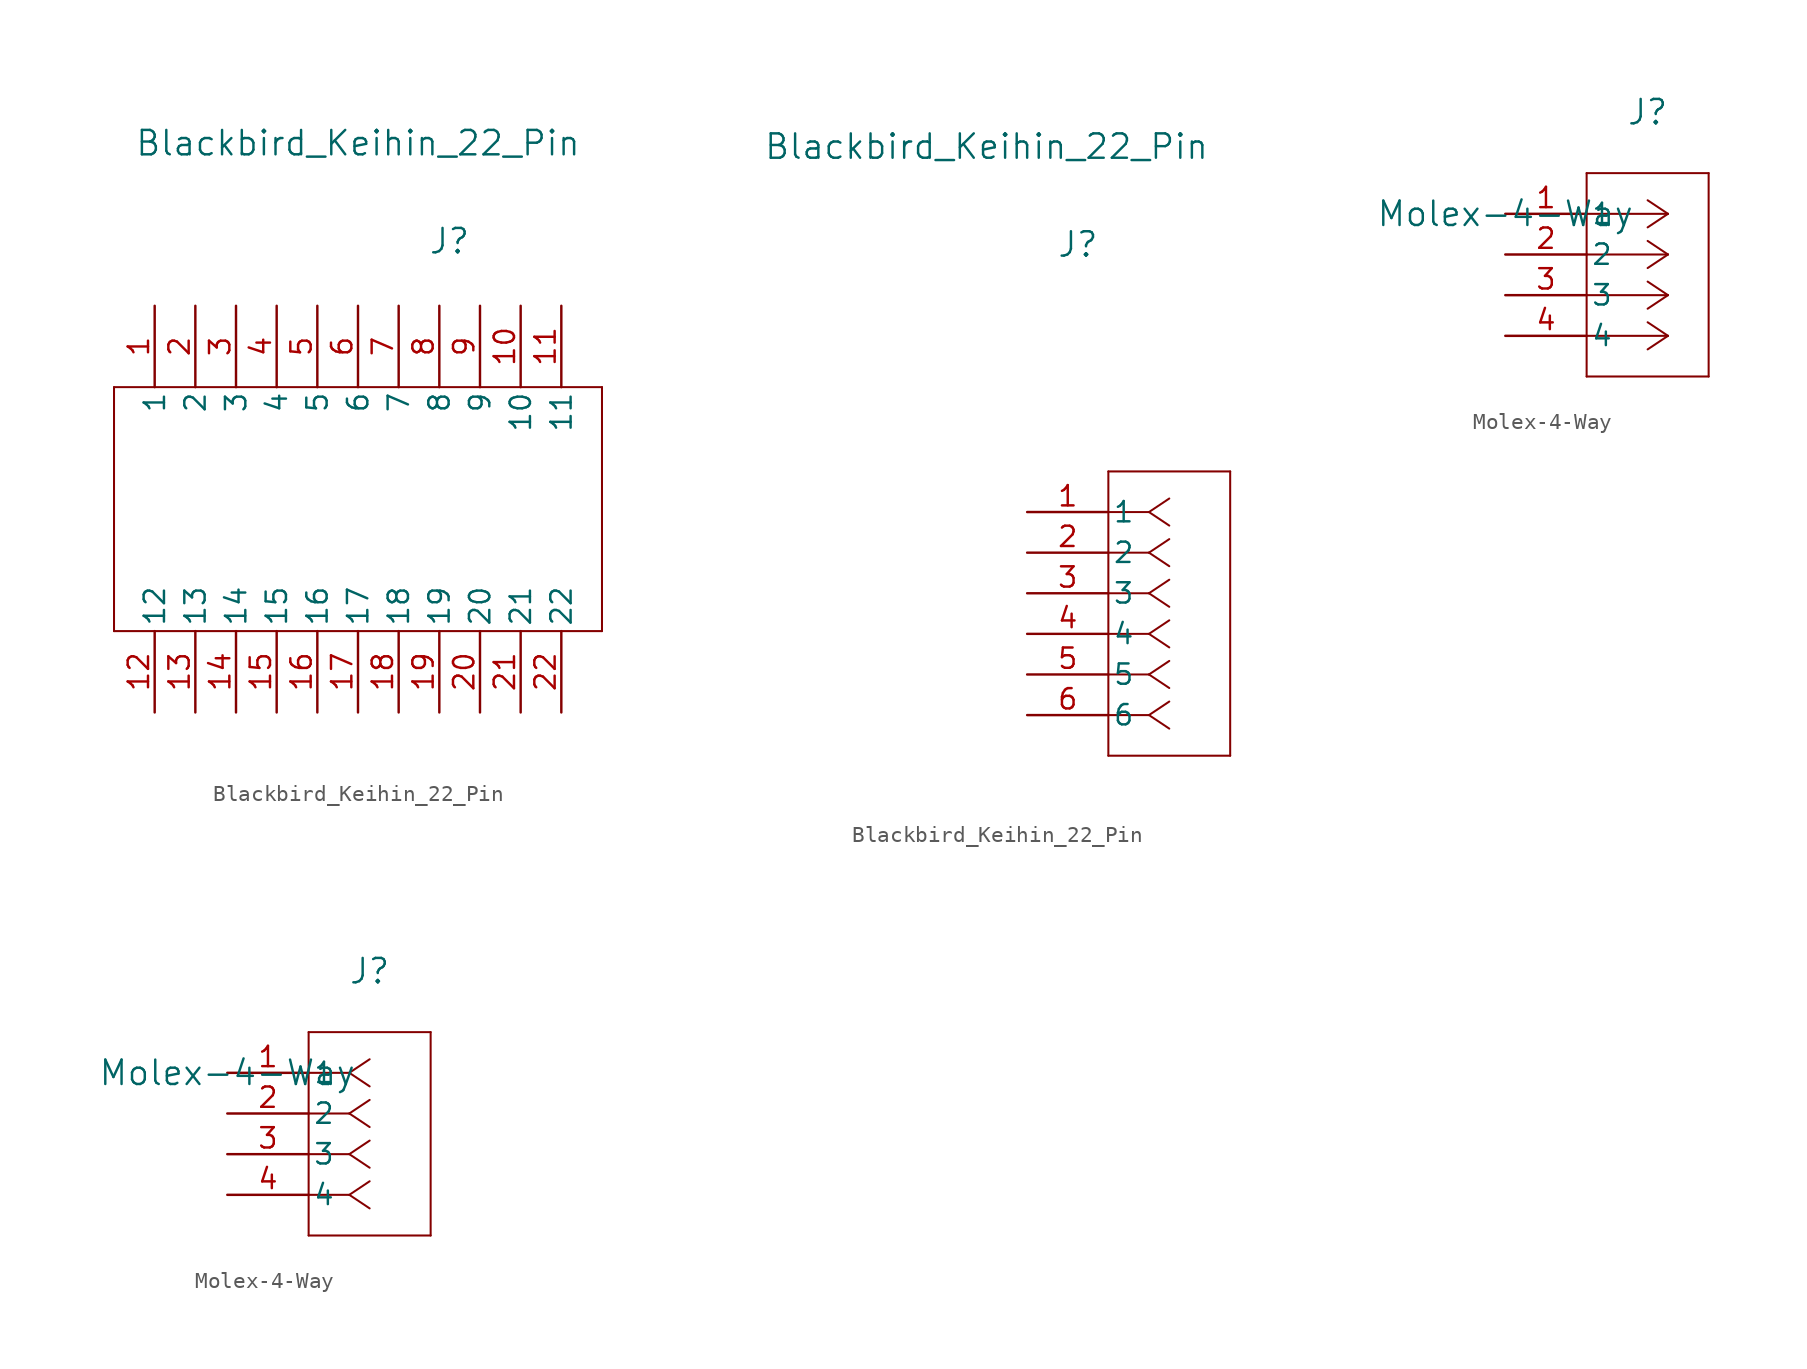
<source format=kicad_sym>
(kicad_symbol_lib
  (version 20211014)
  (generator kicad_symbol_editor)
  (symbol "Blackbird_Keihin_22_Pin"
    (pin_names
      (offset 0.254))
    (property "Reference" "J"
      (at 3.175 16.739 0)
      (effects (font (size 1.524 1.524))))
    (property "Value" "Blackbird_Keihin_22_Pin"
      (at -2.54 22.86 0)
      (effects (font (size 1.524 1.524))))
    (symbol "Blackbird_Keihin_22_Pin_1_1"
      (polyline (pts (xy -17.78 -7.62) (xy 12.7 -7.62)) (stroke (width 0.127) (type default) (color 0 0 0 0)) (fill (type none)))
      (polyline (pts (xy -17.78 7.62) (xy -17.78 -7.62)) (stroke (width 0.127) (type default) (color 0 0 0 0)) (fill (type none)))
      (polyline (pts (xy -17.78 7.62) (xy 12.7 7.62)) (stroke (width 0.127) (type default) (color 0 0 0 0)) (fill (type none)))
      (polyline (pts (xy 12.7 7.62) (xy 12.7 -7.62)) (stroke (width 0.127) (type default) (color 0 0 0 0)) (fill (type none)))
      (pin input line (at -15.24 12.7 270) (length 5.08) (name "1" (effects (font (size 1.27 1.27)))) (number "1" (effects (font (size 1.27 1.27)))))
      (pin input line (at 7.62 12.7 270) (length 5.08) (name "10" (effects (font (size 1.27 1.27)))) (number "10" (effects (font (size 1.27 1.27)))))
      (pin input line (at 10.16 12.7 270) (length 5.08) (name "11" (effects (font (size 1.27 1.27)))) (number "11" (effects (font (size 1.27 1.27)))))
      (pin input line (at -15.24 -12.7 90) (length 5.08) (name "12" (effects (font (size 1.27 1.27)))) (number "12" (effects (font (size 1.27 1.27)))))
      (pin input line (at -12.7 -12.7 90) (length 5.08) (name "13" (effects (font (size 1.27 1.27)))) (number "13" (effects (font (size 1.27 1.27)))))
      (pin input line (at -10.16 -12.7 90) (length 5.08) (name "14" (effects (font (size 1.27 1.27)))) (number "14" (effects (font (size 1.27 1.27)))))
      (pin input line (at -7.62 -12.7 90) (length 5.08) (name "15" (effects (font (size 1.27 1.27)))) (number "15" (effects (font (size 1.27 1.27)))))
      (pin input line (at -5.08 -12.7 90) (length 5.08) (name "16" (effects (font (size 1.27 1.27)))) (number "16" (effects (font (size 1.27 1.27)))))
      (pin input line (at -2.54 -12.7 90) (length 5.08) (name "17" (effects (font (size 1.27 1.27)))) (number "17" (effects (font (size 1.27 1.27)))))
      (pin input line (at 0 -12.7 90) (length 5.08) (name "18" (effects (font (size 1.27 1.27)))) (number "18" (effects (font (size 1.27 1.27)))))
      (pin input line (at 2.54 -12.7 90) (length 5.08) (name "19" (effects (font (size 1.27 1.27)))) (number "19" (effects (font (size 1.27 1.27)))))
      (pin input line (at -12.7 12.7 270) (length 5.08) (name "2" (effects (font (size 1.27 1.27)))) (number "2" (effects (font (size 1.27 1.27)))))
      (pin input line (at 5.08 -12.7 90) (length 5.08) (name "20" (effects (font (size 1.27 1.27)))) (number "20" (effects (font (size 1.27 1.27)))))
      (pin input line (at 7.62 -12.7 90) (length 5.08) (name "21" (effects (font (size 1.27 1.27)))) (number "21" (effects (font (size 1.27 1.27)))))
      (pin input line (at 10.16 -12.7 90) (length 5.08) (name "22" (effects (font (size 1.27 1.27)))) (number "22" (effects (font (size 1.27 1.27)))))
      (pin input line (at -10.16 12.7 270) (length 5.08) (name "3" (effects (font (size 1.27 1.27)))) (number "3" (effects (font (size 1.27 1.27)))))
      (pin input line (at -7.62 12.7 270) (length 5.08) (name "4" (effects (font (size 1.27 1.27)))) (number "4" (effects (font (size 1.27 1.27)))))
      (pin input line (at -5.08 12.7 270) (length 5.08) (name "5" (effects (font (size 1.27 1.27)))) (number "5" (effects (font (size 1.27 1.27)))))
      (pin input line (at -2.54 12.7 270) (length 5.08) (name "6" (effects (font (size 1.27 1.27)))) (number "6" (effects (font (size 1.27 1.27)))))
      (pin input line (at 0 12.7 270) (length 5.08) (name "7" (effects (font (size 1.27 1.27)))) (number "7" (effects (font (size 1.27 1.27)))))
      (pin input line (at 2.54 12.7 270) (length 5.08) (name "8" (effects (font (size 1.27 1.27)))) (number "8" (effects (font (size 1.27 1.27)))))
      (pin input line (at 5.08 12.7 270) (length 5.08) (name "9" (effects (font (size 1.27 1.27)))) (number "9" (effects (font (size 1.27 1.27))))))
    (symbol "Blackbird_Keihin_22_Pin_1_2"
      (polyline (pts (xy 5.08 -15.24) (xy 12.7 -15.24)) (stroke (width 0.127) (type default) (color 0 0 0 0)) (fill (type none)))
      (polyline (pts (xy 5.08 2.54) (xy 5.08 -15.24)) (stroke (width 0.127) (type default) (color 0 0 0 0)) (fill (type none)))
      (polyline (pts (xy 7.62 -12.7) (xy 5.08 -12.7)) (stroke (width 0.127) (type default) (color 0 0 0 0)) (fill (type none)))
      (polyline (pts (xy 7.62 -12.7) (xy 8.89 -13.547)) (stroke (width 0.127) (type default) (color 0 0 0 0)) (fill (type none)))
      (polyline (pts (xy 7.62 -12.7) (xy 8.89 -11.853)) (stroke (width 0.127) (type default) (color 0 0 0 0)) (fill (type none)))
      (polyline (pts (xy 7.62 -10.16) (xy 5.08 -10.16)) (stroke (width 0.127) (type default) (color 0 0 0 0)) (fill (type none)))
      (polyline (pts (xy 7.62 -10.16) (xy 8.89 -11.007)) (stroke (width 0.127) (type default) (color 0 0 0 0)) (fill (type none)))
      (polyline (pts (xy 7.62 -10.16) (xy 8.89 -9.313)) (stroke (width 0.127) (type default) (color 0 0 0 0)) (fill (type none)))
      (polyline (pts (xy 7.62 -7.62) (xy 5.08 -7.62)) (stroke (width 0.127) (type default) (color 0 0 0 0)) (fill (type none)))
      (polyline (pts (xy 7.62 -7.62) (xy 8.89 -8.467)) (stroke (width 0.127) (type default) (color 0 0 0 0)) (fill (type none)))
      (polyline (pts (xy 7.62 -7.62) (xy 8.89 -6.773)) (stroke (width 0.127) (type default) (color 0 0 0 0)) (fill (type none)))
      (polyline (pts (xy 7.62 -5.08) (xy 5.08 -5.08)) (stroke (width 0.127) (type default) (color 0 0 0 0)) (fill (type none)))
      (polyline (pts (xy 7.62 -5.08) (xy 8.89 -5.927)) (stroke (width 0.127) (type default) (color 0 0 0 0)) (fill (type none)))
      (polyline (pts (xy 7.62 -5.08) (xy 8.89 -4.233)) (stroke (width 0.127) (type default) (color 0 0 0 0)) (fill (type none)))
      (polyline (pts (xy 7.62 -2.54) (xy 5.08 -2.54)) (stroke (width 0.127) (type default) (color 0 0 0 0)) (fill (type none)))
      (polyline (pts (xy 7.62 -2.54) (xy 8.89 -3.387)) (stroke (width 0.127) (type default) (color 0 0 0 0)) (fill (type none)))
      (polyline (pts (xy 7.62 -2.54) (xy 8.89 -1.693)) (stroke (width 0.127) (type default) (color 0 0 0 0)) (fill (type none)))
      (polyline (pts (xy 7.62 0) (xy 5.08 0)) (stroke (width 0.127) (type default) (color 0 0 0 0)) (fill (type none)))
      (polyline (pts (xy 7.62 0) (xy 8.89 -0.847)) (stroke (width 0.127) (type default) (color 0 0 0 0)) (fill (type none)))
      (polyline (pts (xy 7.62 0) (xy 8.89 0.847)) (stroke (width 0.127) (type default) (color 0 0 0 0)) (fill (type none)))
      (polyline (pts (xy 12.7 -15.24) (xy 12.7 2.54)) (stroke (width 0.127) (type default) (color 0 0 0 0)) (fill (type none)))
      (polyline (pts (xy 12.7 2.54) (xy 5.08 2.54)) (stroke (width 0.127) (type default) (color 0 0 0 0)) (fill (type none)))
      (pin input line (at 0 0 0) (length 5.08) (name "1" (effects (font (size 1.27 1.27)))) (number "1" (effects (font (size 1.27 1.27)))))
      (pin input line (at 0 -2.54 0) (length 5.08) (name "2" (effects (font (size 1.27 1.27)))) (number "2" (effects (font (size 1.27 1.27)))))
      (pin input line (at 0 -5.08 0) (length 5.08) (name "3" (effects (font (size 1.27 1.27)))) (number "3" (effects (font (size 1.27 1.27)))))
      (pin input line (at 0 -7.62 0) (length 5.08) (name "4" (effects (font (size 1.27 1.27)))) (number "4" (effects (font (size 1.27 1.27)))))
      (pin input line (at 0 -10.16 0) (length 5.08) (name "5" (effects (font (size 1.27 1.27)))) (number "5" (effects (font (size 1.27 1.27)))))
      (pin input line (at 0 -12.7 0) (length 5.08) (name "6" (effects (font (size 1.27 1.27)))) (number "6" (effects (font (size 1.27 1.27)))))))
  (symbol "Molex-4-Way"
    (pin_names
      (offset 0.254))
    (property "Reference" "J"
      (at 8.89 6.35 0)
      (effects (font (size 1.524 1.524))))
    (property "Value" "Molex-4-Way"
      (at 0 0 0)
      (effects (font (size 1.524 1.524))))
    (symbol "Molex-4-Way_1_1"
      (polyline (pts (xy 5.08 -10.16) (xy 12.7 -10.16)) (stroke (width 0.127) (type default) (color 0 0 0 0)) (fill (type none)))
      (polyline (pts (xy 5.08 2.54) (xy 5.08 -10.16)) (stroke (width 0.127) (type default) (color 0 0 0 0)) (fill (type none)))
      (polyline (pts (xy 10.16 -7.62) (xy 5.08 -7.62)) (stroke (width 0.127) (type default) (color 0 0 0 0)) (fill (type none)))
      (polyline (pts (xy 10.16 -7.62) (xy 8.89 -8.467)) (stroke (width 0.127) (type default) (color 0 0 0 0)) (fill (type none)))
      (polyline (pts (xy 10.16 -7.62) (xy 8.89 -6.773)) (stroke (width 0.127) (type default) (color 0 0 0 0)) (fill (type none)))
      (polyline (pts (xy 10.16 -5.08) (xy 5.08 -5.08)) (stroke (width 0.127) (type default) (color 0 0 0 0)) (fill (type none)))
      (polyline (pts (xy 10.16 -5.08) (xy 8.89 -5.927)) (stroke (width 0.127) (type default) (color 0 0 0 0)) (fill (type none)))
      (polyline (pts (xy 10.16 -5.08) (xy 8.89 -4.233)) (stroke (width 0.127) (type default) (color 0 0 0 0)) (fill (type none)))
      (polyline (pts (xy 10.16 -2.54) (xy 5.08 -2.54)) (stroke (width 0.127) (type default) (color 0 0 0 0)) (fill (type none)))
      (polyline (pts (xy 10.16 -2.54) (xy 8.89 -3.387)) (stroke (width 0.127) (type default) (color 0 0 0 0)) (fill (type none)))
      (polyline (pts (xy 10.16 -2.54) (xy 8.89 -1.693)) (stroke (width 0.127) (type default) (color 0 0 0 0)) (fill (type none)))
      (polyline (pts (xy 10.16 0) (xy 5.08 0)) (stroke (width 0.127) (type default) (color 0 0 0 0)) (fill (type none)))
      (polyline (pts (xy 10.16 0) (xy 8.89 -0.847)) (stroke (width 0.127) (type default) (color 0 0 0 0)) (fill (type none)))
      (polyline (pts (xy 10.16 0) (xy 8.89 0.847)) (stroke (width 0.127) (type default) (color 0 0 0 0)) (fill (type none)))
      (polyline (pts (xy 12.7 -10.16) (xy 12.7 2.54)) (stroke (width 0.127) (type default) (color 0 0 0 0)) (fill (type none)))
      (polyline (pts (xy 12.7 2.54) (xy 5.08 2.54)) (stroke (width 0.127) (type default) (color 0 0 0 0)) (fill (type none)))
      (pin unspecified line (at 0 0 0) (length 5.08) (name "1" (effects (font (size 1.27 1.27)))) (number "1" (effects (font (size 1.27 1.27)))))
      (pin unspecified line (at 0 -2.54 0) (length 5.08) (name "2" (effects (font (size 1.27 1.27)))) (number "2" (effects (font (size 1.27 1.27)))))
      (pin unspecified line (at 0 -5.08 0) (length 5.08) (name "3" (effects (font (size 1.27 1.27)))) (number "3" (effects (font (size 1.27 1.27)))))
      (pin unspecified line (at 0 -7.62 0) (length 5.08) (name "4" (effects (font (size 1.27 1.27)))) (number "4" (effects (font (size 1.27 1.27))))))
    (symbol "Molex-4-Way_1_2"
      (polyline (pts (xy 5.08 -10.16) (xy 12.7 -10.16)) (stroke (width 0.127) (type default) (color 0 0 0 0)) (fill (type none)))
      (polyline (pts (xy 5.08 2.54) (xy 5.08 -10.16)) (stroke (width 0.127) (type default) (color 0 0 0 0)) (fill (type none)))
      (polyline (pts (xy 7.62 -7.62) (xy 5.08 -7.62)) (stroke (width 0.127) (type default) (color 0 0 0 0)) (fill (type none)))
      (polyline (pts (xy 7.62 -7.62) (xy 8.89 -8.467)) (stroke (width 0.127) (type default) (color 0 0 0 0)) (fill (type none)))
      (polyline (pts (xy 7.62 -7.62) (xy 8.89 -6.773)) (stroke (width 0.127) (type default) (color 0 0 0 0)) (fill (type none)))
      (polyline (pts (xy 7.62 -5.08) (xy 5.08 -5.08)) (stroke (width 0.127) (type default) (color 0 0 0 0)) (fill (type none)))
      (polyline (pts (xy 7.62 -5.08) (xy 8.89 -5.927)) (stroke (width 0.127) (type default) (color 0 0 0 0)) (fill (type none)))
      (polyline (pts (xy 7.62 -5.08) (xy 8.89 -4.233)) (stroke (width 0.127) (type default) (color 0 0 0 0)) (fill (type none)))
      (polyline (pts (xy 7.62 -2.54) (xy 5.08 -2.54)) (stroke (width 0.127) (type default) (color 0 0 0 0)) (fill (type none)))
      (polyline (pts (xy 7.62 -2.54) (xy 8.89 -3.387)) (stroke (width 0.127) (type default) (color 0 0 0 0)) (fill (type none)))
      (polyline (pts (xy 7.62 -2.54) (xy 8.89 -1.693)) (stroke (width 0.127) (type default) (color 0 0 0 0)) (fill (type none)))
      (polyline (pts (xy 7.62 0) (xy 5.08 0)) (stroke (width 0.127) (type default) (color 0 0 0 0)) (fill (type none)))
      (polyline (pts (xy 7.62 0) (xy 8.89 -0.847)) (stroke (width 0.127) (type default) (color 0 0 0 0)) (fill (type none)))
      (polyline (pts (xy 7.62 0) (xy 8.89 0.847)) (stroke (width 0.127) (type default) (color 0 0 0 0)) (fill (type none)))
      (polyline (pts (xy 12.7 -10.16) (xy 12.7 2.54)) (stroke (width 0.127) (type default) (color 0 0 0 0)) (fill (type none)))
      (polyline (pts (xy 12.7 2.54) (xy 5.08 2.54)) (stroke (width 0.127) (type default) (color 0 0 0 0)) (fill (type none)))
      (pin unspecified line (at 0 0 0) (length 5.08) (name "1" (effects (font (size 1.27 1.27)))) (number "1" (effects (font (size 1.27 1.27)))))
      (pin unspecified line (at 0 -2.54 0) (length 5.08) (name "2" (effects (font (size 1.27 1.27)))) (number "2" (effects (font (size 1.27 1.27)))))
      (pin unspecified line (at 0 -5.08 0) (length 5.08) (name "3" (effects (font (size 1.27 1.27)))) (number "3" (effects (font (size 1.27 1.27)))))
      (pin unspecified line (at 0 -7.62 0) (length 5.08) (name "4" (effects (font (size 1.27 1.27)))) (number "4" (effects (font (size 1.27 1.27))))))))
</source>
